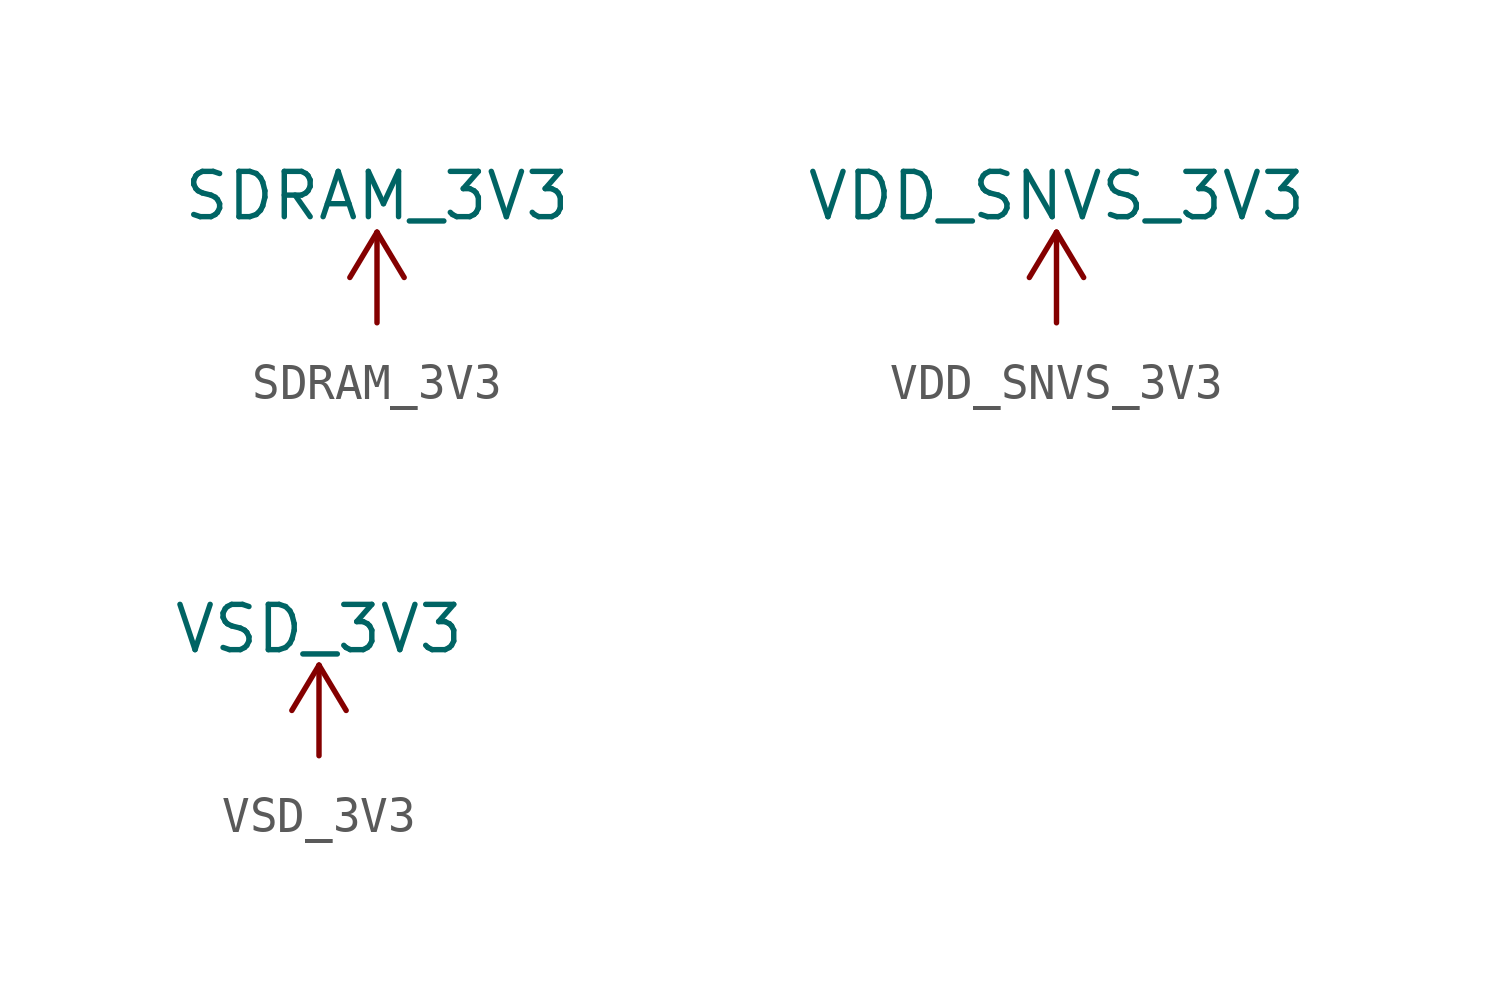
<source format=kicad_sym>
(kicad_symbol_lib
  (version 20211014)
  (generator kicad_symbol_editor)
  (symbol "SDRAM_3V3"
    (power)
    (pin_names
      (offset 0))
    (property "Reference" "#PWR"
      (at 0 -3.81 0)
      (effects (font (size 1.27 1.27)) hide))
    (property "Value" "SDRAM_3V3"
      (at 0 3.556 0)
      (effects (font (size 1.27 1.27))))
    (symbol "SDRAM_3V3_0_1"
      (polyline (pts (xy -0.762 1.27) (xy 0 2.54)) (stroke (width 0) (type default) (color 0 0 0 0)) (fill (type none)))
      (polyline (pts (xy 0 0) (xy 0 2.54)) (stroke (width 0) (type default) (color 0 0 0 0)) (fill (type none)))
      (polyline (pts (xy 0 2.54) (xy 0.762 1.27)) (stroke (width 0) (type default) (color 0 0 0 0)) (fill (type none))))
    (symbol "SDRAM_3V3_1_1"
      (pin power_in line (at 0 0 90) (length 0) hide (name "SDRAM_3V3" (effects (font (size 1.27 1.27)))) (number "1" (effects (font (size 1.27 1.27)))))))
  (symbol "VDD_SNVS_3V3"
    (power)
    (pin_names
      (offset 0))
    (property "Reference" "#PWR"
      (at 0 -3.81 0)
      (effects (font (size 1.27 1.27)) hide))
    (property "Value" "VDD_SNVS_3V3"
      (at 0 3.556 0)
      (effects (font (size 1.27 1.27))))
    (symbol "VDD_SNVS_3V3_0_1"
      (polyline (pts (xy -0.762 1.27) (xy 0 2.54)) (stroke (width 0) (type default) (color 0 0 0 0)) (fill (type none)))
      (polyline (pts (xy 0 0) (xy 0 2.54)) (stroke (width 0) (type default) (color 0 0 0 0)) (fill (type none)))
      (polyline (pts (xy 0 2.54) (xy 0.762 1.27)) (stroke (width 0) (type default) (color 0 0 0 0)) (fill (type none))))
    (symbol "VDD_SNVS_3V3_1_1"
      (pin power_in line (at 0 0 90) (length 0) hide (name "VDD_SNVS_3V3" (effects (font (size 1.27 1.27)))) (number "1" (effects (font (size 1.27 1.27)))))))
  (symbol "VSD_3V3"
    (power)
    (pin_names
      (offset 0))
    (property "Reference" "#PWR"
      (at 0 -3.81 0)
      (effects (font (size 1.27 1.27)) hide))
    (property "Value" "VSD_3V3"
      (at 0 3.556 0)
      (effects (font (size 1.27 1.27))))
    (symbol "VSD_3V3_0_1"
      (polyline (pts (xy -0.762 1.27) (xy 0 2.54)) (stroke (width 0) (type default) (color 0 0 0 0)) (fill (type none)))
      (polyline (pts (xy 0 0) (xy 0 2.54)) (stroke (width 0) (type default) (color 0 0 0 0)) (fill (type none)))
      (polyline (pts (xy 0 2.54) (xy 0.762 1.27)) (stroke (width 0) (type default) (color 0 0 0 0)) (fill (type none))))
    (symbol "VSD_3V3_1_1"
      (pin power_in line (at 0 0 90) (length 0) hide (name "VSD_3V3" (effects (font (size 1.27 1.27)))) (number "1" (effects (font (size 1.27 1.27))))))))
</source>
